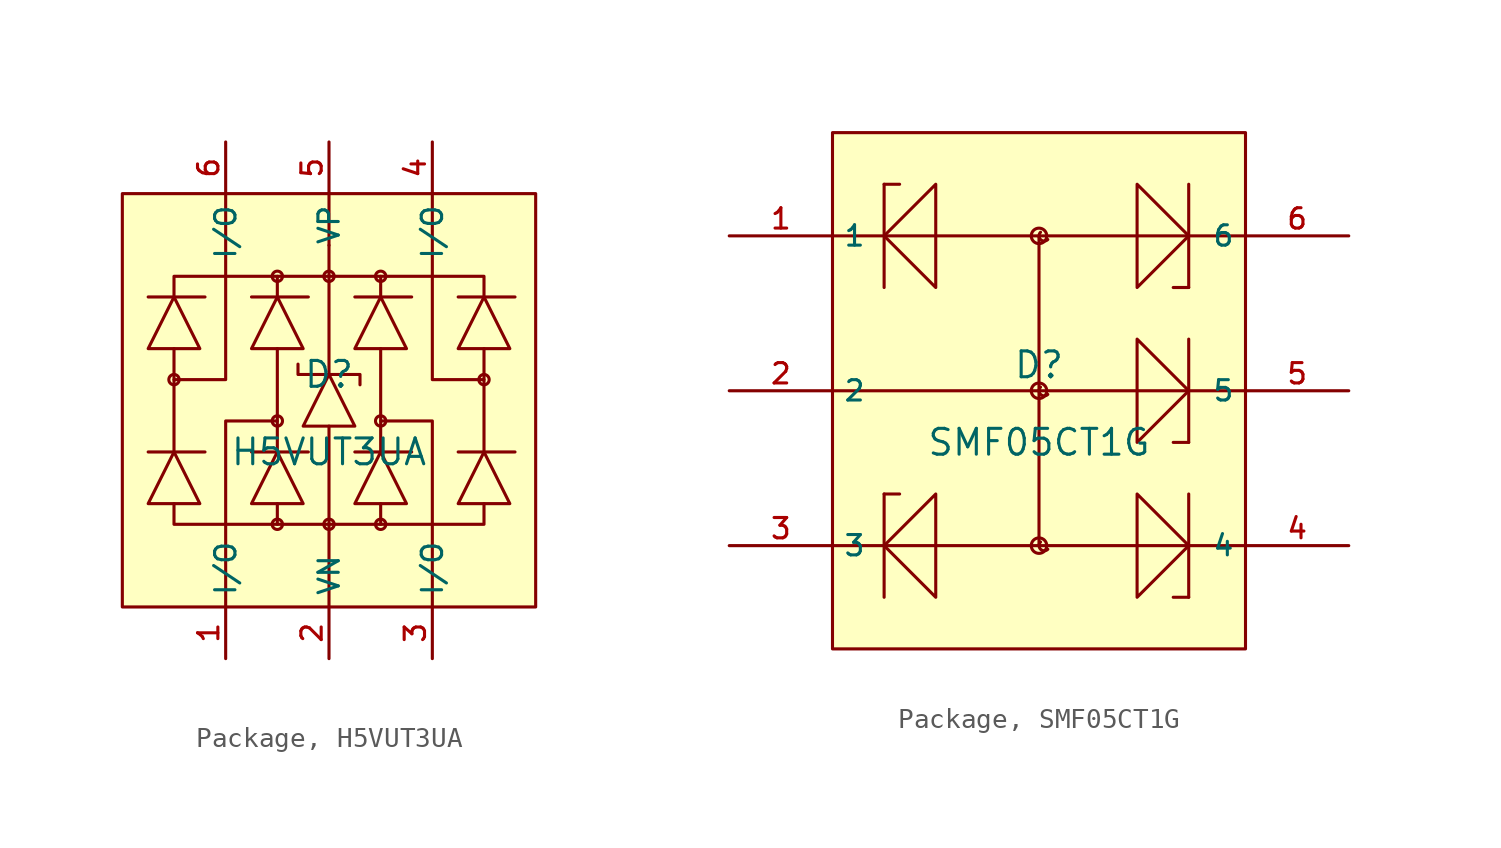
<source format=kicad_sym>
(kicad_symbol_lib
  (version 20231120)
  (generator "kicad_symbol_editor")
  (generator_version "8.0")
  (symbol "Package, H5VUT3UA"
    (property "Reference" "D"
      (at 0 1.27 0)
      (effects (font (size 1.27 1.27))))
    (property "Value" "H5VUT3UA"
      (at 0 -2.54 0)
      (effects (font (size 1.27 1.27))))
    (symbol "Package, H5VUT3UA_0_1"
      (rectangle (start -10.16 10.16) (end 10.16 -10.16) (stroke (width 0) (type default)) (fill (type background)))
      (circle (center -7.62 1.016) (radius 0.254) (stroke (width 0) (type default)) (fill (type background)))
      (circle (center -2.54 -6.096) (radius 0.254) (stroke (width 0) (type default)) (fill (type background)))
      (circle (center -2.54 -1.016) (radius 0.254) (stroke (width 0) (type default)) (fill (type background)))
      (circle (center -2.54 6.096) (radius 0.254) (stroke (width 0) (type default)) (fill (type background)))
      (circle (center 0 -6.096) (radius 0.254) (stroke (width 0) (type default)) (fill (type background)))
      (polyline (pts (xy -7.62 2.54) (xy -7.62 -2.54)) (stroke (width 0) (type default)) (fill (type none)))
      (polyline (pts (xy -6.096 -2.54) (xy -8.89 -2.54)) (stroke (width 0) (type default)) (fill (type none)))
      (polyline (pts (xy -6.096 5.08) (xy -8.89 5.08)) (stroke (width 0) (type default)) (fill (type none)))
      (polyline (pts (xy -2.54 -5.08) (xy -2.54 -6.096)) (stroke (width 0) (type default)) (fill (type none)))
      (polyline (pts (xy -2.54 2.54) (xy -2.54 -2.54)) (stroke (width 0) (type default)) (fill (type none)))
      (polyline (pts (xy -2.54 5.08) (xy -2.54 6.096)) (stroke (width 0) (type default)) (fill (type none)))
      (polyline (pts (xy -1.016 -2.54) (xy -3.81 -2.54)) (stroke (width 0) (type default)) (fill (type none)))
      (polyline (pts (xy -1.016 5.08) (xy -3.81 5.08)) (stroke (width 0) (type default)) (fill (type none)))
      (polyline (pts (xy 0 -1.27) (xy 0 -10.16)) (stroke (width 0) (type default)) (fill (type none)))
      (polyline (pts (xy 0 1.27) (xy 0 7.62)) (stroke (width 0) (type default)) (fill (type none)))
      (polyline (pts (xy 0 7.62) (xy 0 10.16)) (stroke (width 0) (type default)) (fill (type none)))
      (polyline (pts (xy 2.54 -5.08) (xy 2.54 -6.096)) (stroke (width 0) (type default)) (fill (type none)))
      (polyline (pts (xy 2.54 2.54) (xy 2.54 -2.54)) (stroke (width 0) (type default)) (fill (type none)))
      (polyline (pts (xy 2.54 5.08) (xy 2.54 6.096)) (stroke (width 0) (type default)) (fill (type none)))
      (polyline (pts (xy 4.064 -2.54) (xy 1.27 -2.54)) (stroke (width 0) (type default)) (fill (type none)))
      (polyline (pts (xy 4.064 5.08) (xy 1.27 5.08)) (stroke (width 0) (type default)) (fill (type none)))
      (polyline (pts (xy 7.62 2.54) (xy 7.62 -2.54)) (stroke (width 0) (type default)) (fill (type none)))
      (polyline (pts (xy 9.144 -2.54) (xy 6.35 -2.54)) (stroke (width 0) (type default)) (fill (type none)))
      (polyline (pts (xy 9.144 5.08) (xy 6.35 5.08)) (stroke (width 0) (type default)) (fill (type none)))
      (polyline (pts (xy -7.62 1.016) (xy -5.08 1.016) (xy -5.08 10.16)) (stroke (width 0) (type default)) (fill (type none)))
      (polyline (pts (xy -2.54 -1.016) (xy -5.08 -1.016) (xy -5.08 -10.16)) (stroke (width 0) (type default)) (fill (type none)))
      (polyline (pts (xy 2.54 -1.016) (xy 5.08 -1.016) (xy 5.08 -10.16)) (stroke (width 0) (type default)) (fill (type none)))
      (polyline (pts (xy 7.62 1.016) (xy 5.08 1.016) (xy 5.08 10.16)) (stroke (width 0) (type default)) (fill (type none)))
      (polyline (pts (xy -8.89 -5.08) (xy -7.62 -2.54) (xy -6.35 -5.08) (xy -8.89 -5.08)) (stroke (width 0) (type default)) (fill (type background)))
      (polyline (pts (xy -8.89 2.54) (xy -7.62 5.08) (xy -6.35 2.54) (xy -8.89 2.54)) (stroke (width 0) (type default)) (fill (type background)))
      (polyline (pts (xy -7.62 -5.08) (xy -7.62 -6.096) (xy 7.62 -6.096) (xy 7.62 -5.08)) (stroke (width 0) (type default)) (fill (type none)))
      (polyline (pts (xy -7.62 5.08) (xy -7.62 6.096) (xy 7.62 6.096) (xy 7.62 5.08)) (stroke (width 0) (type default)) (fill (type none)))
      (polyline (pts (xy -3.81 -5.08) (xy -2.54 -2.54) (xy -1.27 -5.08) (xy -3.81 -5.08)) (stroke (width 0) (type default)) (fill (type background)))
      (polyline (pts (xy -3.81 2.54) (xy -2.54 5.08) (xy -1.27 2.54) (xy -3.81 2.54)) (stroke (width 0) (type default)) (fill (type background)))
      (polyline (pts (xy 1.27 -5.08) (xy 2.54 -2.54) (xy 3.81 -5.08) (xy 1.27 -5.08)) (stroke (width 0) (type default)) (fill (type background)))
      (polyline (pts (xy 1.27 -1.27) (xy 0 1.27) (xy -1.27 -1.27) (xy 1.27 -1.27)) (stroke (width 0) (type default)) (fill (type background)))
      (polyline (pts (xy 1.27 2.54) (xy 2.54 5.08) (xy 3.81 2.54) (xy 1.27 2.54)) (stroke (width 0) (type default)) (fill (type background)))
      (polyline (pts (xy 6.35 -5.08) (xy 7.62 -2.54) (xy 8.89 -5.08) (xy 6.35 -5.08)) (stroke (width 0) (type default)) (fill (type background)))
      (polyline (pts (xy 6.35 2.54) (xy 7.62 5.08) (xy 8.89 2.54) (xy 6.35 2.54)) (stroke (width 0) (type default)) (fill (type background)))
      (polyline (pts (xy 1.524 0.762) (xy 1.524 0.762) (xy 1.524 1.27) (xy -1.524 1.27) (xy -1.524 1.778) (xy -1.524 1.778)) (stroke (width 0) (type default)) (fill (type none)))
      (circle (center 0 6.096) (radius 0.254) (stroke (width 0) (type default)) (fill (type background)))
      (circle (center 2.54 -6.096) (radius 0.254) (stroke (width 0) (type default)) (fill (type background)))
      (circle (center 2.54 -1.016) (radius 0.254) (stroke (width 0) (type default)) (fill (type background)))
      (circle (center 2.54 6.096) (radius 0.254) (stroke (width 0) (type default)) (fill (type background)))
      (circle (center 7.62 1.016) (radius 0.254) (stroke (width 0) (type default)) (fill (type background)))
      (pin unspecified line (at -5.08 -12.7 90) (length 2.54) (name "I/O" (effects (font (size 1 1)))) (number "1" (effects (font (size 1 1)))))
      (pin unspecified line (at 0 -12.7 90) (length 2.54) (name "VN" (effects (font (size 1 1)))) (number "2" (effects (font (size 1 1)))))
      (pin unspecified line (at 5.08 -12.7 90) (length 2.54) (name "I/O" (effects (font (size 1 1)))) (number "3" (effects (font (size 1 1)))))
      (pin unspecified line (at 5.08 12.7 270) (length 2.54) (name "I/O" (effects (font (size 1 1)))) (number "4" (effects (font (size 1 1)))))
      (pin unspecified line (at 0 12.7 270) (length 2.54) (name "VP" (effects (font (size 1 1)))) (number "5" (effects (font (size 1 1)))))
      (pin unspecified line (at -5.08 12.7 270) (length 2.54) (name "I/O" (effects (font (size 1 1)))) (number "6" (effects (font (size 1 1)))))))
  (symbol "Package, SMF05CT1G"
    (property "Reference" "D"
      (at 0 1.27 0)
      (effects (font (size 1.27 1.27))))
    (property "Value" "SMF05CT1G"
      (at 0 -2.54 0)
      (effects (font (size 1.27 1.27))))
    (symbol "Package, SMF05CT1G_0_1"
      (rectangle (start -10.16 12.7) (end 10.16 -12.7) (stroke (width 0) (type default)) (fill (type background)))
      (circle (center 0 -7.62) (radius 0.381) (stroke (width 0) (type default)) (fill (type background)))
      (polyline (pts (xy -10.16 -7.62) (xy 10.16 -7.62)) (stroke (width 0) (type default)) (fill (type none)))
      (polyline (pts (xy -10.16 0) (xy 0 0)) (stroke (width 0) (type default)) (fill (type none)))
      (polyline (pts (xy -10.16 7.62) (xy 10.16 7.62)) (stroke (width 0) (type default)) (fill (type none)))
      (polyline (pts (xy -7.62 -10.16) (xy -7.62 -5.08)) (stroke (width 0) (type default)) (fill (type none)))
      (polyline (pts (xy -7.62 -5.08) (xy -6.858 -5.08)) (stroke (width 0) (type default)) (fill (type none)))
      (polyline (pts (xy -7.62 5.08) (xy -7.62 10.16)) (stroke (width 0) (type default)) (fill (type none)))
      (polyline (pts (xy -7.62 10.16) (xy -6.858 10.16)) (stroke (width 0) (type default)) (fill (type none)))
      (polyline (pts (xy 0 -7.62) (xy 0 7.62)) (stroke (width 0) (type default)) (fill (type none)))
      (polyline (pts (xy 0 0) (xy 10.16 0)) (stroke (width 0) (type default)) (fill (type none)))
      (polyline (pts (xy 7.366 -10.16) (xy 6.604 -10.16)) (stroke (width 0) (type default)) (fill (type none)))
      (polyline (pts (xy 7.366 -5.08) (xy 7.366 -10.16)) (stroke (width 0) (type default)) (fill (type none)))
      (polyline (pts (xy 7.366 -2.54) (xy 6.604 -2.54)) (stroke (width 0) (type default)) (fill (type none)))
      (polyline (pts (xy 7.366 2.54) (xy 7.366 -2.54)) (stroke (width 0) (type default)) (fill (type none)))
      (polyline (pts (xy 7.366 5.08) (xy 6.604 5.08)) (stroke (width 0) (type default)) (fill (type none)))
      (polyline (pts (xy 7.366 10.16) (xy 7.366 5.08)) (stroke (width 0) (type default)) (fill (type none)))
      (polyline (pts (xy -5.08 -5.08) (xy -7.62 -7.62) (xy -5.08 -10.16) (xy -5.08 -5.08)) (stroke (width 0) (type default)) (fill (type background)))
      (polyline (pts (xy -5.08 10.16) (xy -7.62 7.62) (xy -5.08 5.08) (xy -5.08 10.16)) (stroke (width 0) (type default)) (fill (type background)))
      (polyline (pts (xy 4.826 -10.16) (xy 7.366 -7.62) (xy 4.826 -5.08) (xy 4.826 -10.16)) (stroke (width 0) (type default)) (fill (type background)))
      (polyline (pts (xy 4.826 -2.54) (xy 7.366 0) (xy 4.826 2.54) (xy 4.826 -2.54)) (stroke (width 0) (type default)) (fill (type background)))
      (polyline (pts (xy 4.826 5.08) (xy 7.366 7.62) (xy 4.826 10.16) (xy 4.826 5.08)) (stroke (width 0) (type default)) (fill (type background)))
      (circle (center 0 0) (radius 0.381) (stroke (width 0) (type default)) (fill (type background)))
      (circle (center 0 7.62) (radius 0.381) (stroke (width 0) (type default)) (fill (type background)))
      (arc (start 0.0744 -7.4402) (mid 0.0751 -7.7986) (end 0.4336 -7.7994) (stroke (width 0) (type default)) (fill (type none)))
      (arc (start 0.0744 0.1799) (mid 0.0744 -0.1793) (end 0.4336 -0.1794) (stroke (width 0) (type default)) (fill (type none)))
      (arc (start 0.0744 7.7999) (mid 0.0751 7.4414) (end 0.4336 7.4407) (stroke (width 0) (type default)) (fill (type none)))
      (pin input line (at -15.24 7.62 0) (length 5.08) (name "1" (effects (font (size 1 1)))) (number "1" (effects (font (size 1 1)))))
      (pin input line (at -15.24 0 0) (length 5.08) (name "2" (effects (font (size 1 1)))) (number "2" (effects (font (size 1 1)))))
      (pin input line (at -15.24 -7.62 0) (length 5.08) (name "3" (effects (font (size 1 1)))) (number "3" (effects (font (size 1 1)))))
      (pin input line (at 15.24 -7.62 180) (length 5.08) (name "4" (effects (font (size 1 1)))) (number "4" (effects (font (size 1 1)))))
      (pin input line (at 15.24 0 180) (length 5.08) (name "5" (effects (font (size 1 1)))) (number "5" (effects (font (size 1 1)))))
      (pin input line (at 15.24 7.62 180) (length 5.08) (name "6" (effects (font (size 1 1)))) (number "6" (effects (font (size 1 1))))))))
</source>
